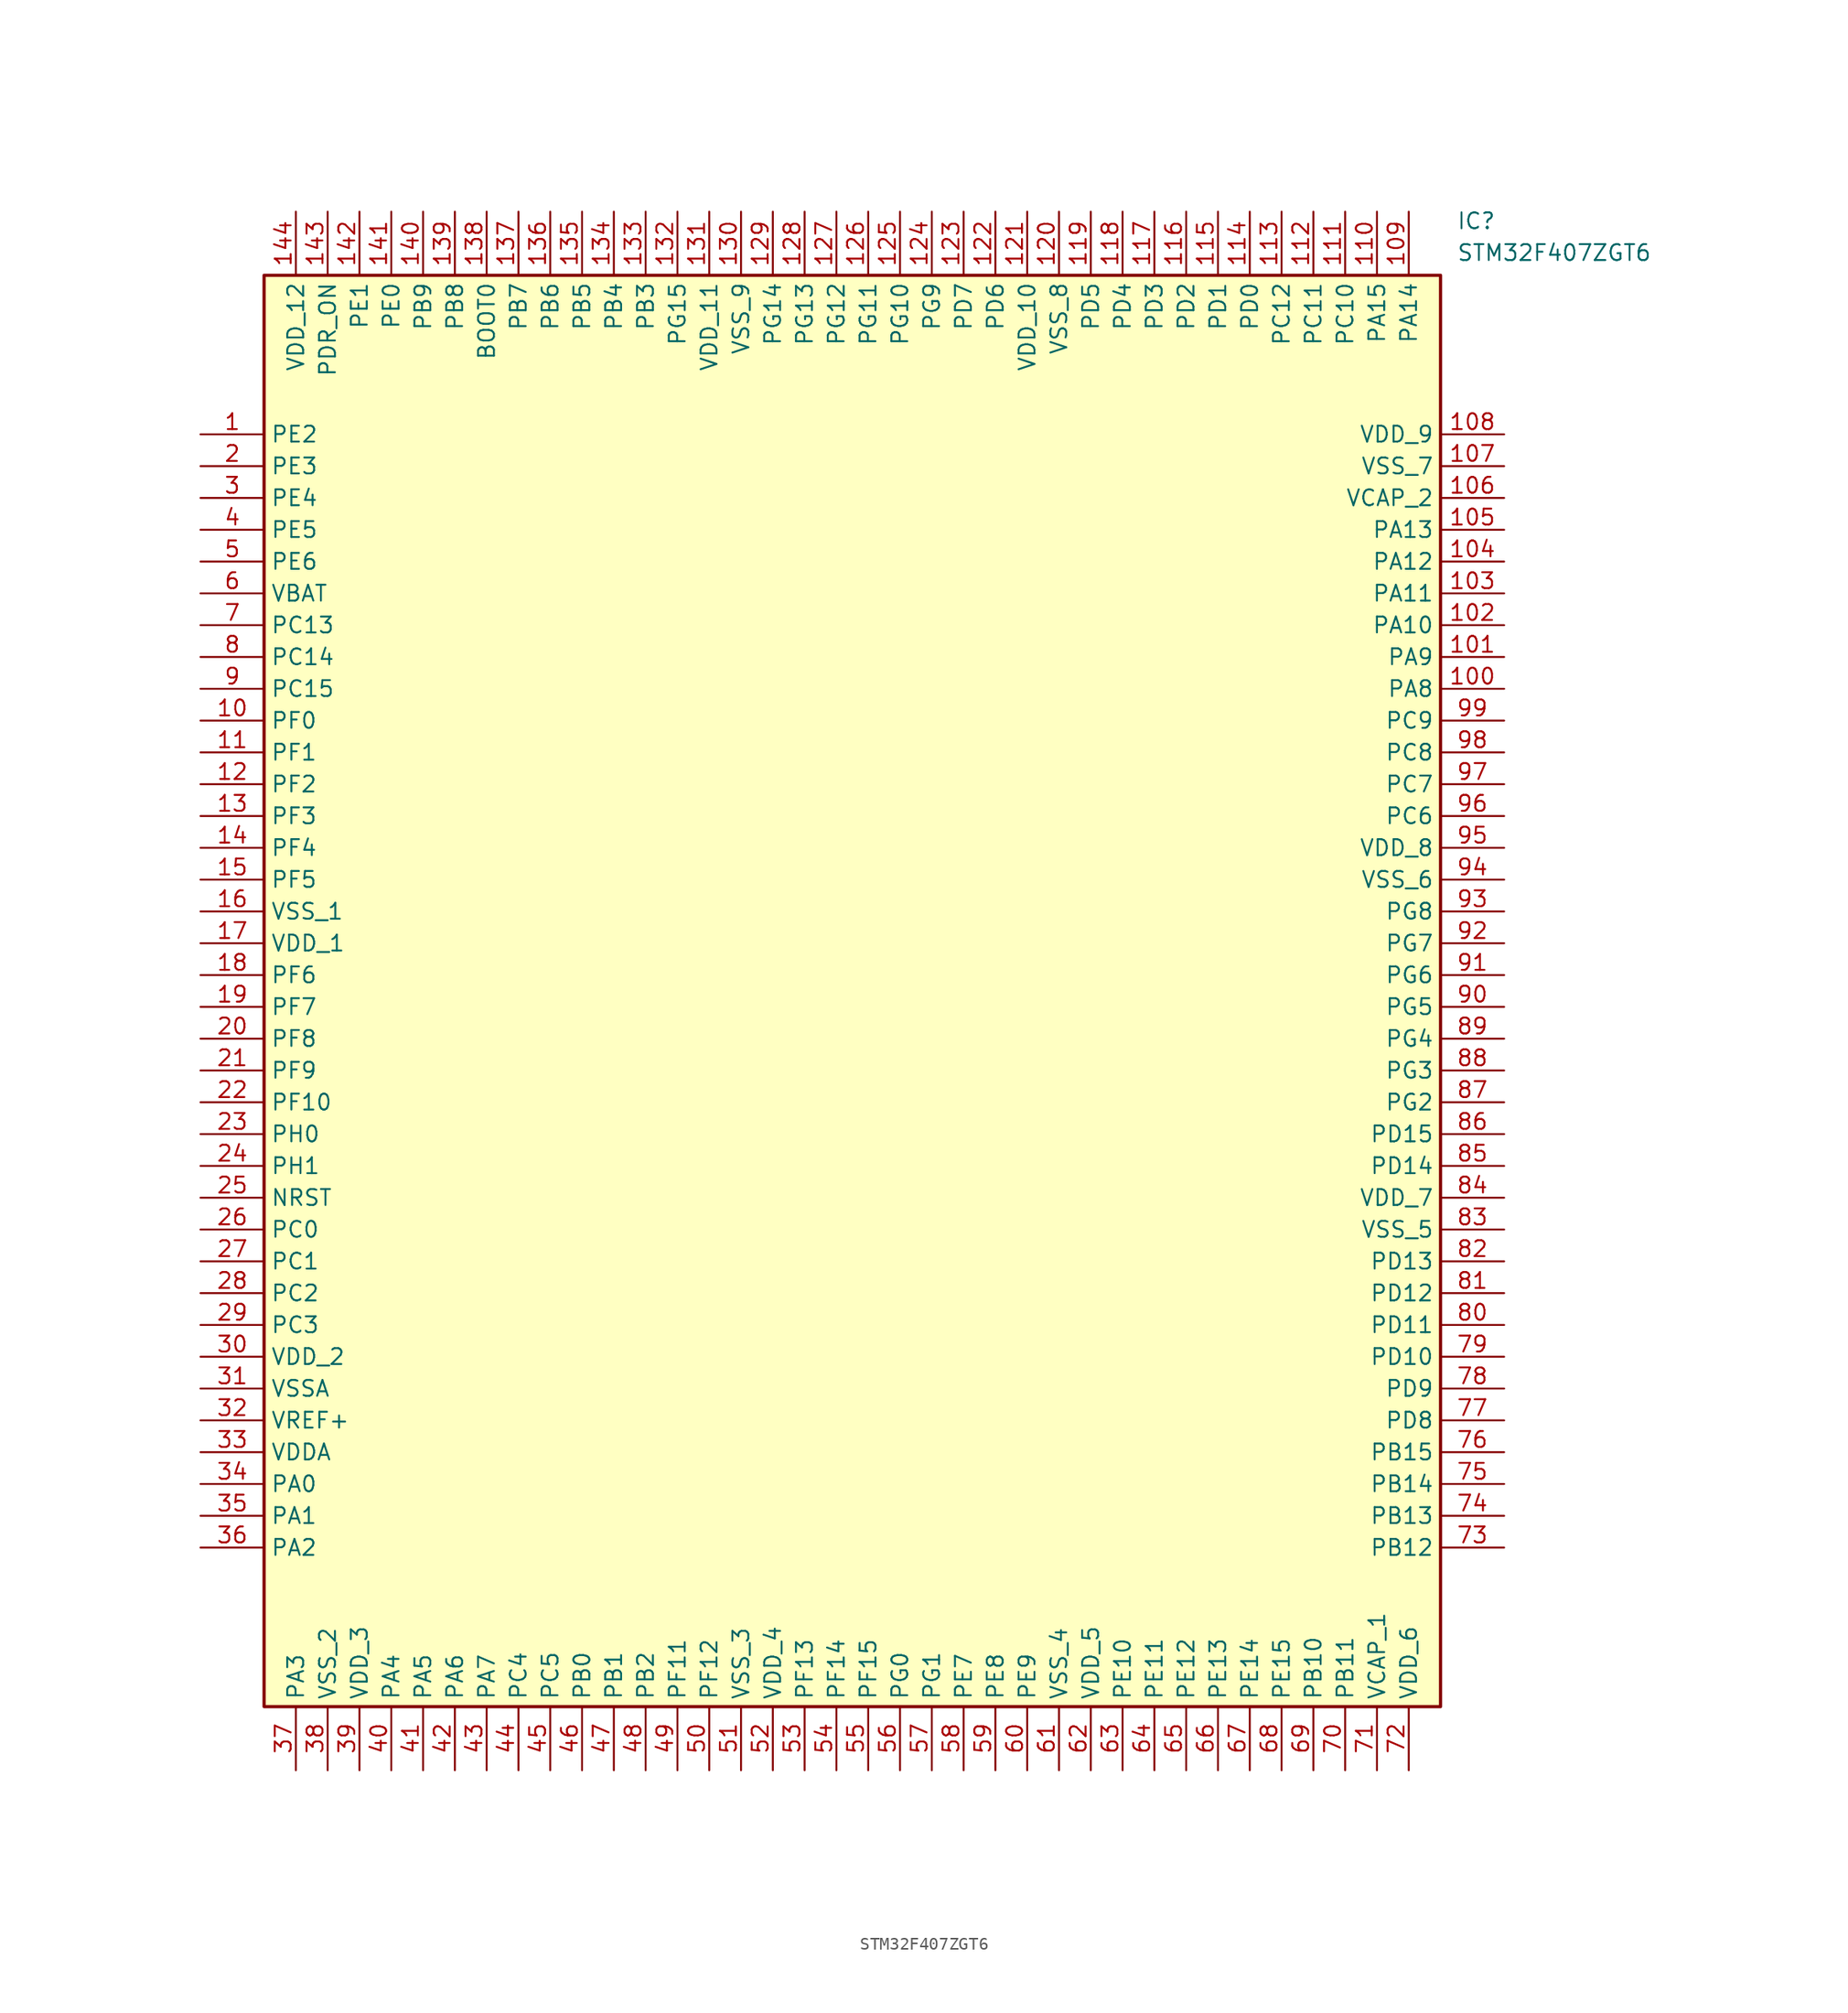
<source format=kicad_sym>
(kicad_symbol_lib
  (version 20241209)
  (generator "kicad_symbol_editor")
  (generator_version "9.0")
  (symbol "STM32F407ZGT6"
    (property "Reference" "IC"
      (at 100.33 17.78 0)
      (effects (font (size 1.27 1.27)) (justify left top)))
    (property "Value" "STM32F407ZGT6"
      (at 100.33 15.24 0)
      (effects (font (size 1.27 1.27)) (justify left top)))
    (symbol "STM32F407ZGT6_1_1"
      (rectangle (start 5.08 12.7) (end 99.06 -101.6) (stroke (width 0.254) (type default)) (fill (type background)))
      (pin passive line (at 0 0 0) (length 5.08) (name "PE2" (effects (font (size 1.27 1.27)))) (number "1" (effects (font (size 1.27 1.27)))))
      (pin passive line (at 0 -2.54 0) (length 5.08) (name "PE3" (effects (font (size 1.27 1.27)))) (number "2" (effects (font (size 1.27 1.27)))))
      (pin passive line (at 0 -5.08 0) (length 5.08) (name "PE4" (effects (font (size 1.27 1.27)))) (number "3" (effects (font (size 1.27 1.27)))))
      (pin passive line (at 0 -7.62 0) (length 5.08) (name "PE5" (effects (font (size 1.27 1.27)))) (number "4" (effects (font (size 1.27 1.27)))))
      (pin passive line (at 0 -10.16 0) (length 5.08) (name "PE6" (effects (font (size 1.27 1.27)))) (number "5" (effects (font (size 1.27 1.27)))))
      (pin passive line (at 0 -12.7 0) (length 5.08) (name "VBAT" (effects (font (size 1.27 1.27)))) (number "6" (effects (font (size 1.27 1.27)))))
      (pin passive line (at 0 -15.24 0) (length 5.08) (name "PC13" (effects (font (size 1.27 1.27)))) (number "7" (effects (font (size 1.27 1.27)))))
      (pin passive line (at 0 -17.78 0) (length 5.08) (name "PC14" (effects (font (size 1.27 1.27)))) (number "8" (effects (font (size 1.27 1.27)))))
      (pin passive line (at 0 -20.32 0) (length 5.08) (name "PC15" (effects (font (size 1.27 1.27)))) (number "9" (effects (font (size 1.27 1.27)))))
      (pin passive line (at 0 -22.86 0) (length 5.08) (name "PF0" (effects (font (size 1.27 1.27)))) (number "10" (effects (font (size 1.27 1.27)))))
      (pin passive line (at 0 -25.4 0) (length 5.08) (name "PF1" (effects (font (size 1.27 1.27)))) (number "11" (effects (font (size 1.27 1.27)))))
      (pin passive line (at 0 -27.94 0) (length 5.08) (name "PF2" (effects (font (size 1.27 1.27)))) (number "12" (effects (font (size 1.27 1.27)))))
      (pin passive line (at 0 -30.48 0) (length 5.08) (name "PF3" (effects (font (size 1.27 1.27)))) (number "13" (effects (font (size 1.27 1.27)))))
      (pin passive line (at 0 -33.02 0) (length 5.08) (name "PF4" (effects (font (size 1.27 1.27)))) (number "14" (effects (font (size 1.27 1.27)))))
      (pin passive line (at 0 -35.56 0) (length 5.08) (name "PF5" (effects (font (size 1.27 1.27)))) (number "15" (effects (font (size 1.27 1.27)))))
      (pin passive line (at 0 -38.1 0) (length 5.08) (name "VSS_1" (effects (font (size 1.27 1.27)))) (number "16" (effects (font (size 1.27 1.27)))))
      (pin passive line (at 0 -40.64 0) (length 5.08) (name "VDD_1" (effects (font (size 1.27 1.27)))) (number "17" (effects (font (size 1.27 1.27)))))
      (pin passive line (at 0 -43.18 0) (length 5.08) (name "PF6" (effects (font (size 1.27 1.27)))) (number "18" (effects (font (size 1.27 1.27)))))
      (pin passive line (at 0 -45.72 0) (length 5.08) (name "PF7" (effects (font (size 1.27 1.27)))) (number "19" (effects (font (size 1.27 1.27)))))
      (pin passive line (at 0 -48.26 0) (length 5.08) (name "PF8" (effects (font (size 1.27 1.27)))) (number "20" (effects (font (size 1.27 1.27)))))
      (pin passive line (at 0 -50.8 0) (length 5.08) (name "PF9" (effects (font (size 1.27 1.27)))) (number "21" (effects (font (size 1.27 1.27)))))
      (pin passive line (at 0 -53.34 0) (length 5.08) (name "PF10" (effects (font (size 1.27 1.27)))) (number "22" (effects (font (size 1.27 1.27)))))
      (pin passive line (at 0 -55.88 0) (length 5.08) (name "PH0" (effects (font (size 1.27 1.27)))) (number "23" (effects (font (size 1.27 1.27)))))
      (pin passive line (at 0 -58.42 0) (length 5.08) (name "PH1" (effects (font (size 1.27 1.27)))) (number "24" (effects (font (size 1.27 1.27)))))
      (pin passive line (at 0 -60.96 0) (length 5.08) (name "NRST" (effects (font (size 1.27 1.27)))) (number "25" (effects (font (size 1.27 1.27)))))
      (pin passive line (at 0 -63.5 0) (length 5.08) (name "PC0" (effects (font (size 1.27 1.27)))) (number "26" (effects (font (size 1.27 1.27)))))
      (pin passive line (at 0 -66.04 0) (length 5.08) (name "PC1" (effects (font (size 1.27 1.27)))) (number "27" (effects (font (size 1.27 1.27)))))
      (pin passive line (at 0 -68.58 0) (length 5.08) (name "PC2" (effects (font (size 1.27 1.27)))) (number "28" (effects (font (size 1.27 1.27)))))
      (pin passive line (at 0 -71.12 0) (length 5.08) (name "PC3" (effects (font (size 1.27 1.27)))) (number "29" (effects (font (size 1.27 1.27)))))
      (pin passive line (at 0 -73.66 0) (length 5.08) (name "VDD_2" (effects (font (size 1.27 1.27)))) (number "30" (effects (font (size 1.27 1.27)))))
      (pin passive line (at 0 -76.2 0) (length 5.08) (name "VSSA" (effects (font (size 1.27 1.27)))) (number "31" (effects (font (size 1.27 1.27)))))
      (pin passive line (at 0 -78.74 0) (length 5.08) (name "VREF+" (effects (font (size 1.27 1.27)))) (number "32" (effects (font (size 1.27 1.27)))))
      (pin passive line (at 0 -81.28 0) (length 5.08) (name "VDDA" (effects (font (size 1.27 1.27)))) (number "33" (effects (font (size 1.27 1.27)))))
      (pin passive line (at 0 -83.82 0) (length 5.08) (name "PA0" (effects (font (size 1.27 1.27)))) (number "34" (effects (font (size 1.27 1.27)))))
      (pin passive line (at 0 -86.36 0) (length 5.08) (name "PA1" (effects (font (size 1.27 1.27)))) (number "35" (effects (font (size 1.27 1.27)))))
      (pin passive line (at 0 -88.9 0) (length 5.08) (name "PA2" (effects (font (size 1.27 1.27)))) (number "36" (effects (font (size 1.27 1.27)))))
      (pin passive line (at 7.62 17.78 270) (length 5.08) (name "VDD_12" (effects (font (size 1.27 1.27)))) (number "144" (effects (font (size 1.27 1.27)))))
      (pin passive line (at 7.62 -106.68 90) (length 5.08) (name "PA3" (effects (font (size 1.27 1.27)))) (number "37" (effects (font (size 1.27 1.27)))))
      (pin passive line (at 10.16 17.78 270) (length 5.08) (name "PDR_ON" (effects (font (size 1.27 1.27)))) (number "143" (effects (font (size 1.27 1.27)))))
      (pin passive line (at 10.16 -106.68 90) (length 5.08) (name "VSS_2" (effects (font (size 1.27 1.27)))) (number "38" (effects (font (size 1.27 1.27)))))
      (pin passive line (at 12.7 17.78 270) (length 5.08) (name "PE1" (effects (font (size 1.27 1.27)))) (number "142" (effects (font (size 1.27 1.27)))))
      (pin passive line (at 12.7 -106.68 90) (length 5.08) (name "VDD_3" (effects (font (size 1.27 1.27)))) (number "39" (effects (font (size 1.27 1.27)))))
      (pin passive line (at 15.24 17.78 270) (length 5.08) (name "PE0" (effects (font (size 1.27 1.27)))) (number "141" (effects (font (size 1.27 1.27)))))
      (pin passive line (at 15.24 -106.68 90) (length 5.08) (name "PA4" (effects (font (size 1.27 1.27)))) (number "40" (effects (font (size 1.27 1.27)))))
      (pin passive line (at 17.78 17.78 270) (length 5.08) (name "PB9" (effects (font (size 1.27 1.27)))) (number "140" (effects (font (size 1.27 1.27)))))
      (pin passive line (at 17.78 -106.68 90) (length 5.08) (name "PA5" (effects (font (size 1.27 1.27)))) (number "41" (effects (font (size 1.27 1.27)))))
      (pin passive line (at 20.32 17.78 270) (length 5.08) (name "PB8" (effects (font (size 1.27 1.27)))) (number "139" (effects (font (size 1.27 1.27)))))
      (pin passive line (at 20.32 -106.68 90) (length 5.08) (name "PA6" (effects (font (size 1.27 1.27)))) (number "42" (effects (font (size 1.27 1.27)))))
      (pin passive line (at 22.86 17.78 270) (length 5.08) (name "BOOT0" (effects (font (size 1.27 1.27)))) (number "138" (effects (font (size 1.27 1.27)))))
      (pin passive line (at 22.86 -106.68 90) (length 5.08) (name "PA7" (effects (font (size 1.27 1.27)))) (number "43" (effects (font (size 1.27 1.27)))))
      (pin passive line (at 25.4 17.78 270) (length 5.08) (name "PB7" (effects (font (size 1.27 1.27)))) (number "137" (effects (font (size 1.27 1.27)))))
      (pin passive line (at 25.4 -106.68 90) (length 5.08) (name "PC4" (effects (font (size 1.27 1.27)))) (number "44" (effects (font (size 1.27 1.27)))))
      (pin passive line (at 27.94 17.78 270) (length 5.08) (name "PB6" (effects (font (size 1.27 1.27)))) (number "136" (effects (font (size 1.27 1.27)))))
      (pin passive line (at 27.94 -106.68 90) (length 5.08) (name "PC5" (effects (font (size 1.27 1.27)))) (number "45" (effects (font (size 1.27 1.27)))))
      (pin passive line (at 30.48 17.78 270) (length 5.08) (name "PB5" (effects (font (size 1.27 1.27)))) (number "135" (effects (font (size 1.27 1.27)))))
      (pin passive line (at 30.48 -106.68 90) (length 5.08) (name "PB0" (effects (font (size 1.27 1.27)))) (number "46" (effects (font (size 1.27 1.27)))))
      (pin passive line (at 33.02 17.78 270) (length 5.08) (name "PB4" (effects (font (size 1.27 1.27)))) (number "134" (effects (font (size 1.27 1.27)))))
      (pin passive line (at 33.02 -106.68 90) (length 5.08) (name "PB1" (effects (font (size 1.27 1.27)))) (number "47" (effects (font (size 1.27 1.27)))))
      (pin passive line (at 35.56 17.78 270) (length 5.08) (name "PB3" (effects (font (size 1.27 1.27)))) (number "133" (effects (font (size 1.27 1.27)))))
      (pin passive line (at 35.56 -106.68 90) (length 5.08) (name "PB2" (effects (font (size 1.27 1.27)))) (number "48" (effects (font (size 1.27 1.27)))))
      (pin passive line (at 38.1 17.78 270) (length 5.08) (name "PG15" (effects (font (size 1.27 1.27)))) (number "132" (effects (font (size 1.27 1.27)))))
      (pin passive line (at 38.1 -106.68 90) (length 5.08) (name "PF11" (effects (font (size 1.27 1.27)))) (number "49" (effects (font (size 1.27 1.27)))))
      (pin passive line (at 40.64 17.78 270) (length 5.08) (name "VDD_11" (effects (font (size 1.27 1.27)))) (number "131" (effects (font (size 1.27 1.27)))))
      (pin passive line (at 40.64 -106.68 90) (length 5.08) (name "PF12" (effects (font (size 1.27 1.27)))) (number "50" (effects (font (size 1.27 1.27)))))
      (pin passive line (at 43.18 17.78 270) (length 5.08) (name "VSS_9" (effects (font (size 1.27 1.27)))) (number "130" (effects (font (size 1.27 1.27)))))
      (pin passive line (at 43.18 -106.68 90) (length 5.08) (name "VSS_3" (effects (font (size 1.27 1.27)))) (number "51" (effects (font (size 1.27 1.27)))))
      (pin passive line (at 45.72 17.78 270) (length 5.08) (name "PG14" (effects (font (size 1.27 1.27)))) (number "129" (effects (font (size 1.27 1.27)))))
      (pin passive line (at 45.72 -106.68 90) (length 5.08) (name "VDD_4" (effects (font (size 1.27 1.27)))) (number "52" (effects (font (size 1.27 1.27)))))
      (pin passive line (at 48.26 17.78 270) (length 5.08) (name "PG13" (effects (font (size 1.27 1.27)))) (number "128" (effects (font (size 1.27 1.27)))))
      (pin passive line (at 48.26 -106.68 90) (length 5.08) (name "PF13" (effects (font (size 1.27 1.27)))) (number "53" (effects (font (size 1.27 1.27)))))
      (pin passive line (at 50.8 17.78 270) (length 5.08) (name "PG12" (effects (font (size 1.27 1.27)))) (number "127" (effects (font (size 1.27 1.27)))))
      (pin passive line (at 50.8 -106.68 90) (length 5.08) (name "PF14" (effects (font (size 1.27 1.27)))) (number "54" (effects (font (size 1.27 1.27)))))
      (pin passive line (at 53.34 17.78 270) (length 5.08) (name "PG11" (effects (font (size 1.27 1.27)))) (number "126" (effects (font (size 1.27 1.27)))))
      (pin passive line (at 53.34 -106.68 90) (length 5.08) (name "PF15" (effects (font (size 1.27 1.27)))) (number "55" (effects (font (size 1.27 1.27)))))
      (pin passive line (at 55.88 17.78 270) (length 5.08) (name "PG10" (effects (font (size 1.27 1.27)))) (number "125" (effects (font (size 1.27 1.27)))))
      (pin passive line (at 55.88 -106.68 90) (length 5.08) (name "PG0" (effects (font (size 1.27 1.27)))) (number "56" (effects (font (size 1.27 1.27)))))
      (pin passive line (at 58.42 17.78 270) (length 5.08) (name "PG9" (effects (font (size 1.27 1.27)))) (number "124" (effects (font (size 1.27 1.27)))))
      (pin passive line (at 58.42 -106.68 90) (length 5.08) (name "PG1" (effects (font (size 1.27 1.27)))) (number "57" (effects (font (size 1.27 1.27)))))
      (pin passive line (at 60.96 17.78 270) (length 5.08) (name "PD7" (effects (font (size 1.27 1.27)))) (number "123" (effects (font (size 1.27 1.27)))))
      (pin passive line (at 60.96 -106.68 90) (length 5.08) (name "PE7" (effects (font (size 1.27 1.27)))) (number "58" (effects (font (size 1.27 1.27)))))
      (pin passive line (at 63.5 17.78 270) (length 5.08) (name "PD6" (effects (font (size 1.27 1.27)))) (number "122" (effects (font (size 1.27 1.27)))))
      (pin passive line (at 63.5 -106.68 90) (length 5.08) (name "PE8" (effects (font (size 1.27 1.27)))) (number "59" (effects (font (size 1.27 1.27)))))
      (pin passive line (at 66.04 17.78 270) (length 5.08) (name "VDD_10" (effects (font (size 1.27 1.27)))) (number "121" (effects (font (size 1.27 1.27)))))
      (pin passive line (at 66.04 -106.68 90) (length 5.08) (name "PE9" (effects (font (size 1.27 1.27)))) (number "60" (effects (font (size 1.27 1.27)))))
      (pin passive line (at 68.58 17.78 270) (length 5.08) (name "VSS_8" (effects (font (size 1.27 1.27)))) (number "120" (effects (font (size 1.27 1.27)))))
      (pin passive line (at 68.58 -106.68 90) (length 5.08) (name "VSS_4" (effects (font (size 1.27 1.27)))) (number "61" (effects (font (size 1.27 1.27)))))
      (pin passive line (at 71.12 17.78 270) (length 5.08) (name "PD5" (effects (font (size 1.27 1.27)))) (number "119" (effects (font (size 1.27 1.27)))))
      (pin passive line (at 71.12 -106.68 90) (length 5.08) (name "VDD_5" (effects (font (size 1.27 1.27)))) (number "62" (effects (font (size 1.27 1.27)))))
      (pin passive line (at 73.66 17.78 270) (length 5.08) (name "PD4" (effects (font (size 1.27 1.27)))) (number "118" (effects (font (size 1.27 1.27)))))
      (pin passive line (at 73.66 -106.68 90) (length 5.08) (name "PE10" (effects (font (size 1.27 1.27)))) (number "63" (effects (font (size 1.27 1.27)))))
      (pin passive line (at 76.2 17.78 270) (length 5.08) (name "PD3" (effects (font (size 1.27 1.27)))) (number "117" (effects (font (size 1.27 1.27)))))
      (pin passive line (at 76.2 -106.68 90) (length 5.08) (name "PE11" (effects (font (size 1.27 1.27)))) (number "64" (effects (font (size 1.27 1.27)))))
      (pin passive line (at 78.74 17.78 270) (length 5.08) (name "PD2" (effects (font (size 1.27 1.27)))) (number "116" (effects (font (size 1.27 1.27)))))
      (pin passive line (at 78.74 -106.68 90) (length 5.08) (name "PE12" (effects (font (size 1.27 1.27)))) (number "65" (effects (font (size 1.27 1.27)))))
      (pin passive line (at 81.28 17.78 270) (length 5.08) (name "PD1" (effects (font (size 1.27 1.27)))) (number "115" (effects (font (size 1.27 1.27)))))
      (pin passive line (at 81.28 -106.68 90) (length 5.08) (name "PE13" (effects (font (size 1.27 1.27)))) (number "66" (effects (font (size 1.27 1.27)))))
      (pin passive line (at 83.82 17.78 270) (length 5.08) (name "PD0" (effects (font (size 1.27 1.27)))) (number "114" (effects (font (size 1.27 1.27)))))
      (pin passive line (at 83.82 -106.68 90) (length 5.08) (name "PE14" (effects (font (size 1.27 1.27)))) (number "67" (effects (font (size 1.27 1.27)))))
      (pin passive line (at 86.36 17.78 270) (length 5.08) (name "PC12" (effects (font (size 1.27 1.27)))) (number "113" (effects (font (size 1.27 1.27)))))
      (pin passive line (at 86.36 -106.68 90) (length 5.08) (name "PE15" (effects (font (size 1.27 1.27)))) (number "68" (effects (font (size 1.27 1.27)))))
      (pin passive line (at 88.9 17.78 270) (length 5.08) (name "PC11" (effects (font (size 1.27 1.27)))) (number "112" (effects (font (size 1.27 1.27)))))
      (pin passive line (at 88.9 -106.68 90) (length 5.08) (name "PB10" (effects (font (size 1.27 1.27)))) (number "69" (effects (font (size 1.27 1.27)))))
      (pin passive line (at 91.44 17.78 270) (length 5.08) (name "PC10" (effects (font (size 1.27 1.27)))) (number "111" (effects (font (size 1.27 1.27)))))
      (pin passive line (at 91.44 -106.68 90) (length 5.08) (name "PB11" (effects (font (size 1.27 1.27)))) (number "70" (effects (font (size 1.27 1.27)))))
      (pin passive line (at 93.98 17.78 270) (length 5.08) (name "PA15" (effects (font (size 1.27 1.27)))) (number "110" (effects (font (size 1.27 1.27)))))
      (pin passive line (at 93.98 -106.68 90) (length 5.08) (name "VCAP_1" (effects (font (size 1.27 1.27)))) (number "71" (effects (font (size 1.27 1.27)))))
      (pin passive line (at 96.52 17.78 270) (length 5.08) (name "PA14" (effects (font (size 1.27 1.27)))) (number "109" (effects (font (size 1.27 1.27)))))
      (pin passive line (at 96.52 -106.68 90) (length 5.08) (name "VDD_6" (effects (font (size 1.27 1.27)))) (number "72" (effects (font (size 1.27 1.27)))))
      (pin passive line (at 104.14 0 180) (length 5.08) (name "VDD_9" (effects (font (size 1.27 1.27)))) (number "108" (effects (font (size 1.27 1.27)))))
      (pin passive line (at 104.14 -2.54 180) (length 5.08) (name "VSS_7" (effects (font (size 1.27 1.27)))) (number "107" (effects (font (size 1.27 1.27)))))
      (pin passive line (at 104.14 -5.08 180) (length 5.08) (name "VCAP_2" (effects (font (size 1.27 1.27)))) (number "106" (effects (font (size 1.27 1.27)))))
      (pin passive line (at 104.14 -7.62 180) (length 5.08) (name "PA13" (effects (font (size 1.27 1.27)))) (number "105" (effects (font (size 1.27 1.27)))))
      (pin passive line (at 104.14 -10.16 180) (length 5.08) (name "PA12" (effects (font (size 1.27 1.27)))) (number "104" (effects (font (size 1.27 1.27)))))
      (pin passive line (at 104.14 -12.7 180) (length 5.08) (name "PA11" (effects (font (size 1.27 1.27)))) (number "103" (effects (font (size 1.27 1.27)))))
      (pin passive line (at 104.14 -15.24 180) (length 5.08) (name "PA10" (effects (font (size 1.27 1.27)))) (number "102" (effects (font (size 1.27 1.27)))))
      (pin passive line (at 104.14 -17.78 180) (length 5.08) (name "PA9" (effects (font (size 1.27 1.27)))) (number "101" (effects (font (size 1.27 1.27)))))
      (pin passive line (at 104.14 -20.32 180) (length 5.08) (name "PA8" (effects (font (size 1.27 1.27)))) (number "100" (effects (font (size 1.27 1.27)))))
      (pin passive line (at 104.14 -22.86 180) (length 5.08) (name "PC9" (effects (font (size 1.27 1.27)))) (number "99" (effects (font (size 1.27 1.27)))))
      (pin passive line (at 104.14 -25.4 180) (length 5.08) (name "PC8" (effects (font (size 1.27 1.27)))) (number "98" (effects (font (size 1.27 1.27)))))
      (pin passive line (at 104.14 -27.94 180) (length 5.08) (name "PC7" (effects (font (size 1.27 1.27)))) (number "97" (effects (font (size 1.27 1.27)))))
      (pin passive line (at 104.14 -30.48 180) (length 5.08) (name "PC6" (effects (font (size 1.27 1.27)))) (number "96" (effects (font (size 1.27 1.27)))))
      (pin passive line (at 104.14 -33.02 180) (length 5.08) (name "VDD_8" (effects (font (size 1.27 1.27)))) (number "95" (effects (font (size 1.27 1.27)))))
      (pin passive line (at 104.14 -35.56 180) (length 5.08) (name "VSS_6" (effects (font (size 1.27 1.27)))) (number "94" (effects (font (size 1.27 1.27)))))
      (pin passive line (at 104.14 -38.1 180) (length 5.08) (name "PG8" (effects (font (size 1.27 1.27)))) (number "93" (effects (font (size 1.27 1.27)))))
      (pin passive line (at 104.14 -40.64 180) (length 5.08) (name "PG7" (effects (font (size 1.27 1.27)))) (number "92" (effects (font (size 1.27 1.27)))))
      (pin passive line (at 104.14 -43.18 180) (length 5.08) (name "PG6" (effects (font (size 1.27 1.27)))) (number "91" (effects (font (size 1.27 1.27)))))
      (pin passive line (at 104.14 -45.72 180) (length 5.08) (name "PG5" (effects (font (size 1.27 1.27)))) (number "90" (effects (font (size 1.27 1.27)))))
      (pin passive line (at 104.14 -48.26 180) (length 5.08) (name "PG4" (effects (font (size 1.27 1.27)))) (number "89" (effects (font (size 1.27 1.27)))))
      (pin passive line (at 104.14 -50.8 180) (length 5.08) (name "PG3" (effects (font (size 1.27 1.27)))) (number "88" (effects (font (size 1.27 1.27)))))
      (pin passive line (at 104.14 -53.34 180) (length 5.08) (name "PG2" (effects (font (size 1.27 1.27)))) (number "87" (effects (font (size 1.27 1.27)))))
      (pin passive line (at 104.14 -55.88 180) (length 5.08) (name "PD15" (effects (font (size 1.27 1.27)))) (number "86" (effects (font (size 1.27 1.27)))))
      (pin passive line (at 104.14 -58.42 180) (length 5.08) (name "PD14" (effects (font (size 1.27 1.27)))) (number "85" (effects (font (size 1.27 1.27)))))
      (pin passive line (at 104.14 -60.96 180) (length 5.08) (name "VDD_7" (effects (font (size 1.27 1.27)))) (number "84" (effects (font (size 1.27 1.27)))))
      (pin passive line (at 104.14 -63.5 180) (length 5.08) (name "VSS_5" (effects (font (size 1.27 1.27)))) (number "83" (effects (font (size 1.27 1.27)))))
      (pin passive line (at 104.14 -66.04 180) (length 5.08) (name "PD13" (effects (font (size 1.27 1.27)))) (number "82" (effects (font (size 1.27 1.27)))))
      (pin passive line (at 104.14 -68.58 180) (length 5.08) (name "PD12" (effects (font (size 1.27 1.27)))) (number "81" (effects (font (size 1.27 1.27)))))
      (pin passive line (at 104.14 -71.12 180) (length 5.08) (name "PD11" (effects (font (size 1.27 1.27)))) (number "80" (effects (font (size 1.27 1.27)))))
      (pin passive line (at 104.14 -73.66 180) (length 5.08) (name "PD10" (effects (font (size 1.27 1.27)))) (number "79" (effects (font (size 1.27 1.27)))))
      (pin passive line (at 104.14 -76.2 180) (length 5.08) (name "PD9" (effects (font (size 1.27 1.27)))) (number "78" (effects (font (size 1.27 1.27)))))
      (pin passive line (at 104.14 -78.74 180) (length 5.08) (name "PD8" (effects (font (size 1.27 1.27)))) (number "77" (effects (font (size 1.27 1.27)))))
      (pin passive line (at 104.14 -81.28 180) (length 5.08) (name "PB15" (effects (font (size 1.27 1.27)))) (number "76" (effects (font (size 1.27 1.27)))))
      (pin passive line (at 104.14 -83.82 180) (length 5.08) (name "PB14" (effects (font (size 1.27 1.27)))) (number "75" (effects (font (size 1.27 1.27)))))
      (pin passive line (at 104.14 -86.36 180) (length 5.08) (name "PB13" (effects (font (size 1.27 1.27)))) (number "74" (effects (font (size 1.27 1.27)))))
      (pin passive line (at 104.14 -88.9 180) (length 5.08) (name "PB12" (effects (font (size 1.27 1.27)))) (number "73" (effects (font (size 1.27 1.27))))))))
</source>
